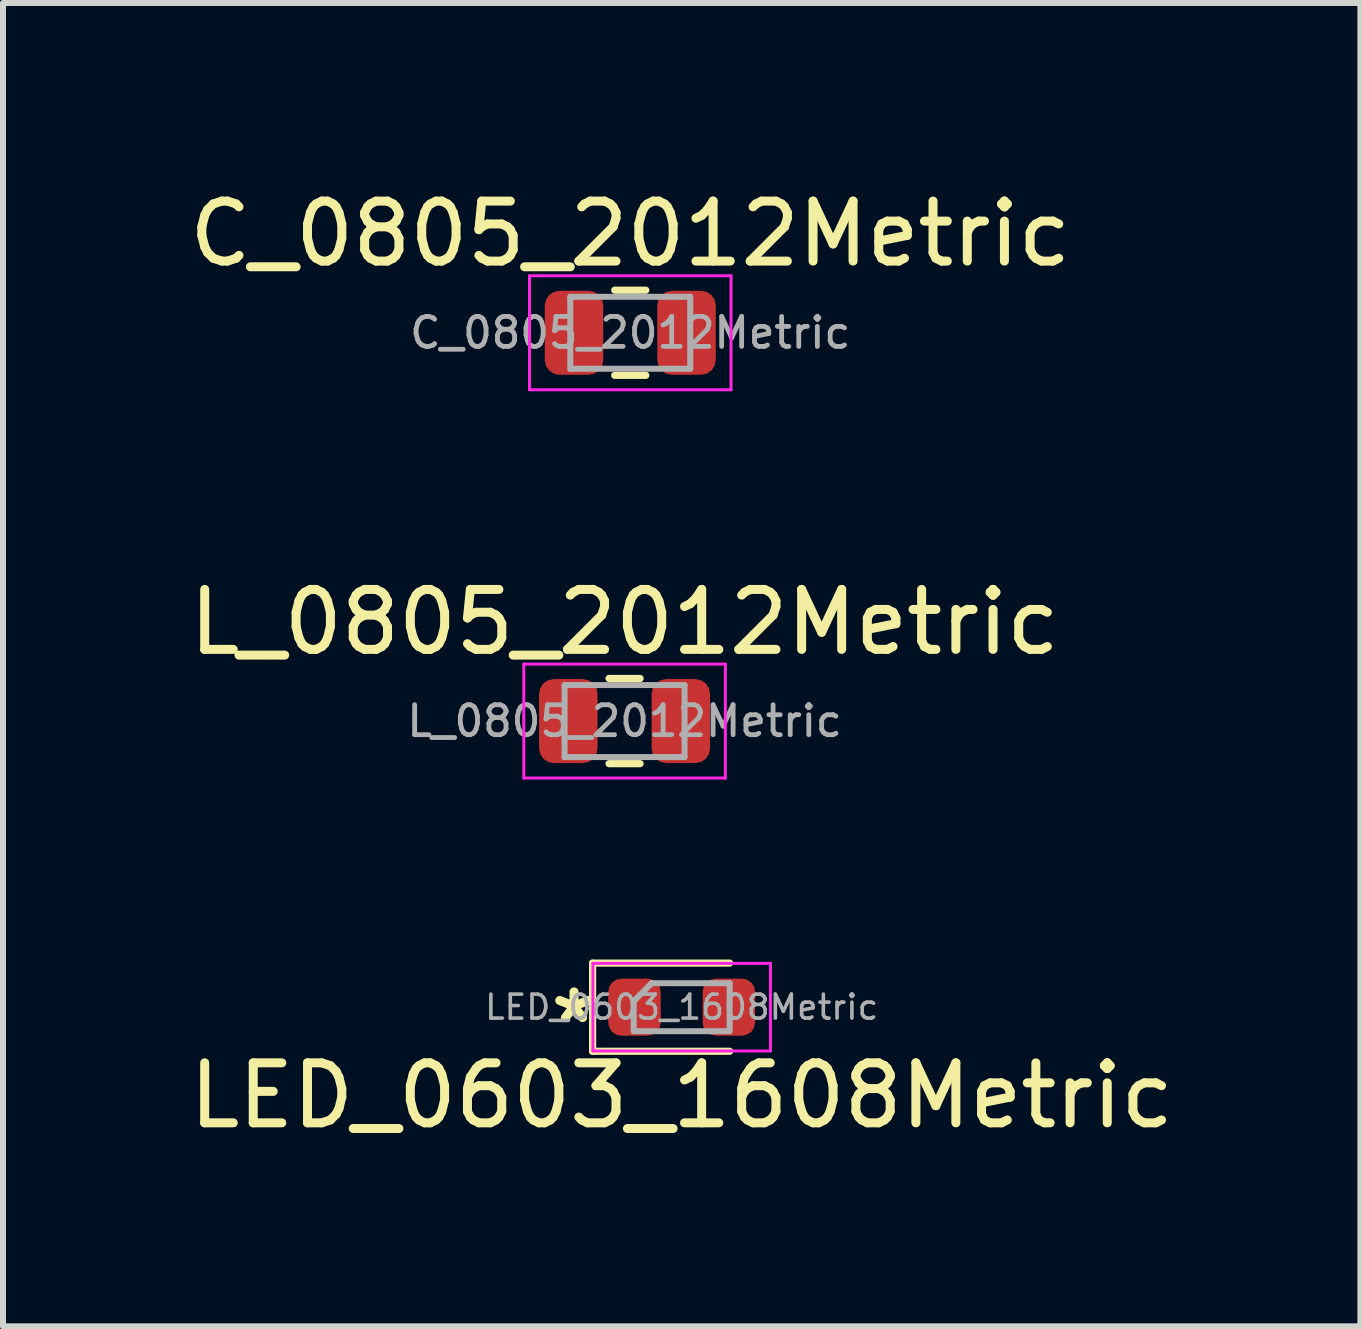
<source format=kicad_pcb>
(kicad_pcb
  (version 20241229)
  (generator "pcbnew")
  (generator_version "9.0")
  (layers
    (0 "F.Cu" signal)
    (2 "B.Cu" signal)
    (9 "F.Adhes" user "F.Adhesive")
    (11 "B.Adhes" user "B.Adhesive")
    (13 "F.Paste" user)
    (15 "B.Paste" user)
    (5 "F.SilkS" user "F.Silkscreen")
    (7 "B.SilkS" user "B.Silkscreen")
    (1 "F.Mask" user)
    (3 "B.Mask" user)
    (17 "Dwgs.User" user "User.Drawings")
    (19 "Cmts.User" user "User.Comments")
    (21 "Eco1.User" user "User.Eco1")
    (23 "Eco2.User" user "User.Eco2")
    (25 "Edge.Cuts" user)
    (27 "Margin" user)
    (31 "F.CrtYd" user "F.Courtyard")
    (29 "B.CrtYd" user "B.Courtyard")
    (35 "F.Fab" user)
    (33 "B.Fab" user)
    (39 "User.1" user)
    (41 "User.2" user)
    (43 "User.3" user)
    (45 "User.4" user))
  (footprint "C_0805_2012Metric"
    (layer "F.Cu")
    (at 7.458 2.498)
    (property "Reference" "C_0805_2012Metric" (at 0 -1.65 0) (layer "F.SilkS") (effects (font (size 1 1) (thickness 0.15))))
    (attr smd)
    (fp_line (start -0.259 -0.71) (end 0.259 -0.71) (stroke (width 0.12) (type solid)) (layer "F.SilkS"))
    (fp_line (start -0.259 0.71) (end 0.259 0.71) (stroke (width 0.12) (type solid)) (layer "F.SilkS"))
    (fp_line (start -1.68 -0.95) (end 1.68 -0.95) (stroke (width 0.05) (type solid)) (layer "F.CrtYd"))
    (fp_line (start -1.68 0.95) (end -1.68 -0.95) (stroke (width 0.05) (type solid)) (layer "F.CrtYd"))
    (fp_line (start 1.68 -0.95) (end 1.68 0.95) (stroke (width 0.05) (type solid)) (layer "F.CrtYd"))
    (fp_line (start 1.68 0.95) (end -1.68 0.95) (stroke (width 0.05) (type solid)) (layer "F.CrtYd"))
    (fp_line (start -1 -0.6) (end 1 -0.6) (stroke (width 0.1) (type solid)) (layer "F.Fab"))
    (fp_line (start -1 0.6) (end -1 -0.6) (stroke (width 0.1) (type solid)) (layer "F.Fab"))
    (fp_line (start 1 -0.6) (end 1 0.6) (stroke (width 0.1) (type solid)) (layer "F.Fab"))
    (fp_line (start 1 0.6) (end -1 0.6) (stroke (width 0.1) (type solid)) (layer "F.Fab"))
    (fp_text user "${REFERENCE}" (at 0 0 0) (layer "F.Fab") (effects (font (size 0.5 0.5) (thickness 0.08))))
    (pad "1" smd roundrect (at -0.938 0) (size 0.975 1.4) (layers "F.Cu" "F.Mask" "F.Paste") (roundrect_rratio 0.25))
    (pad "2" smd roundrect (at 0.938 0) (size 0.975 1.4) (layers "F.Cu" "F.Mask" "F.Paste") (roundrect_rratio 0.25)))
  (footprint "LED_0603_1608Metric"
    (layer "F.Cu")
    (at 8.315 13.742)
    (property "Reference" "LED_0603_1608Metric" (at 0 1.473 0) (layer "F.SilkS") (effects (font (size 1 1) (thickness 0.15))))
    (attr smd)
    (fp_line (start -1.485 -0.735) (end -1.485 0.735) (stroke (width 0.12) (type solid)) (layer "F.SilkS"))
    (fp_line (start -1.485 0.735) (end 0.8 0.735) (stroke (width 0.12) (type solid)) (layer "F.SilkS"))
    (fp_line (start 0.8 -0.735) (end -1.485 -0.735) (stroke (width 0.12) (type solid)) (layer "F.SilkS"))
    (fp_line (start -1.48 -0.73) (end 1.48 -0.73) (stroke (width 0.05) (type solid)) (layer "F.CrtYd"))
    (fp_line (start -1.48 0.73) (end -1.48 -0.73) (stroke (width 0.05) (type solid)) (layer "F.CrtYd"))
    (fp_line (start 1.48 -0.73) (end 1.48 0.73) (stroke (width 0.05) (type solid)) (layer "F.CrtYd"))
    (fp_line (start 1.48 0.73) (end -1.48 0.73) (stroke (width 0.05) (type solid)) (layer "F.CrtYd"))
    (fp_line (start -0.8 -0.1) (end -0.8 0.4) (stroke (width 0.1) (type solid)) (layer "F.Fab"))
    (fp_line (start -0.8 0.4) (end 0.8 0.4) (stroke (width 0.1) (type solid)) (layer "F.Fab"))
    (fp_line (start -0.5 -0.4) (end -0.8 -0.1) (stroke (width 0.1) (type solid)) (layer "F.Fab"))
    (fp_line (start 0.8 -0.4) (end -0.5 -0.4) (stroke (width 0.1) (type solid)) (layer "F.Fab"))
    (fp_line (start 0.8 0.4) (end 0.8 -0.4) (stroke (width 0.1) (type solid)) (layer "F.Fab"))
    (fp_text user "*" (at -2.275 0.875 0) (unlocked yes) (layer "F.SilkS") (effects (font (size 1 1) (thickness 0.15)) (justify left bottom)))
    (fp_text user "${REFERENCE}" (at 0 0 0) (layer "F.Fab") (effects (font (size 0.4 0.4) (thickness 0.06))))
    (pad "1" smd roundrect (at -0.787 0) (size 0.875 0.95) (layers "F.Cu" "F.Mask" "F.Paste") (roundrect_rratio 0.25))
    (pad "2" smd roundrect (at 0.787 0) (size 0.875 0.95) (layers "F.Cu" "F.Mask" "F.Paste") (roundrect_rratio 0.25)))
  (footprint "L_0805_2012Metric"
    (layer "F.Cu")
    (at 7.363 8.972)
    (property "Reference" "L_0805_2012Metric" (at 0 -1.65 0) (layer "F.SilkS") (effects (font (size 1 1) (thickness 0.15))))
    (attr smd)
    (fp_line (start -0.259 -0.71) (end 0.259 -0.71) (stroke (width 0.12) (type solid)) (layer "F.SilkS"))
    (fp_line (start -0.259 0.71) (end 0.259 0.71) (stroke (width 0.12) (type solid)) (layer "F.SilkS"))
    (fp_line (start -1.68 -0.95) (end 1.68 -0.95) (stroke (width 0.05) (type solid)) (layer "F.CrtYd"))
    (fp_line (start -1.68 0.95) (end -1.68 -0.95) (stroke (width 0.05) (type solid)) (layer "F.CrtYd"))
    (fp_line (start 1.68 -0.95) (end 1.68 0.95) (stroke (width 0.05) (type solid)) (layer "F.CrtYd"))
    (fp_line (start 1.68 0.95) (end -1.68 0.95) (stroke (width 0.05) (type solid)) (layer "F.CrtYd"))
    (fp_line (start -1 -0.6) (end 1 -0.6) (stroke (width 0.1) (type solid)) (layer "F.Fab"))
    (fp_line (start -1 0.6) (end -1 -0.6) (stroke (width 0.1) (type solid)) (layer "F.Fab"))
    (fp_line (start 1 -0.6) (end 1 0.6) (stroke (width 0.1) (type solid)) (layer "F.Fab"))
    (fp_line (start 1 0.6) (end -1 0.6) (stroke (width 0.1) (type solid)) (layer "F.Fab"))
    (fp_text user "${REFERENCE}" (at 0 0 0) (layer "F.Fab") (effects (font (size 0.5 0.5) (thickness 0.08))))
    (pad "1" smd roundrect (at -0.938 0) (size 0.975 1.4) (layers "F.Cu" "F.Mask" "F.Paste") (roundrect_rratio 0.25))
    (pad "2" smd roundrect (at 0.938 0) (size 0.975 1.4) (layers "F.Cu" "F.Mask" "F.Paste") (roundrect_rratio 0.25)))
  (gr_rect
    (start -3 -3)
    (end 19.631 19.063)
    (stroke (width 0.1) (type default))
    (fill no)
    (layer "Edge.Cuts")))
</source>
